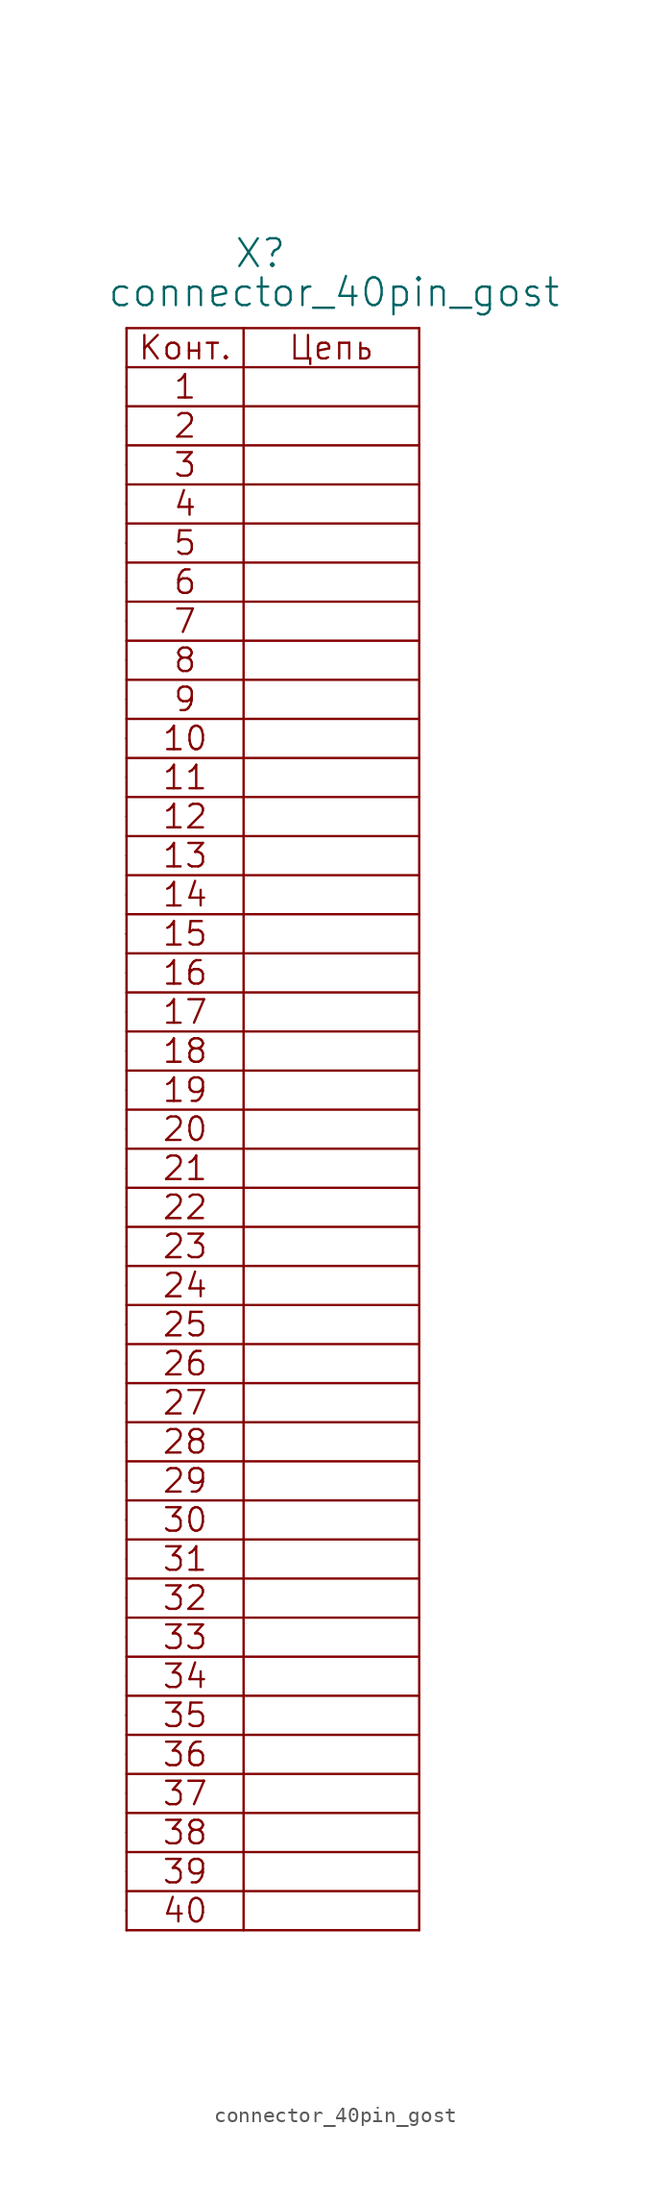
<source format=kicad_sym>
(kicad_symbol_lib
  (version 20211014)
  (generator kicad_symbol_editor)
  (symbol "connector_40pin_gost"
    (pin_numbers hide)
    (pin_names
      (offset 1.016) hide)
    (property "Reference" "X"
      (at 6.985 7.62 0)
      (effects (font (size 1.803 1.803)) (justify left bottom)))
    (property "Value" "connector_40pin_gost"
      (at -1.27 5.08 0)
      (effects (font (size 1.803 1.803)) (justify left bottom)))
    (property "Datasheet" ""
      (at 0 0 0)
      (effects (font (size 1.524 1.524))))
    (symbol "connector_40pin_gost_0_0"
      (polyline (pts (xy 0 -100.33) (xy 19.05 -100.33)) (stroke (width 0) (type default) (color 0 0 0 0)) (fill (type none)))
      (polyline (pts (xy 0 -99.06) (xy 0 -99.06)) (stroke (width 0) (type default) (color 0 0 0 0)) (fill (type none)))
      (polyline (pts (xy 0 -97.79) (xy 19.05 -97.79)) (stroke (width 0) (type default) (color 0 0 0 0)) (fill (type none)))
      (polyline (pts (xy 0 -95.25) (xy 19.05 -95.25)) (stroke (width 0) (type default) (color 0 0 0 0)) (fill (type none)))
      (polyline (pts (xy 0 -92.71) (xy 19.05 -92.71)) (stroke (width 0) (type default) (color 0 0 0 0)) (fill (type none)))
      (polyline (pts (xy 0 -87.63) (xy 19.05 -87.63)) (stroke (width 0) (type default) (color 0 0 0 0)) (fill (type none)))
      (polyline (pts (xy 0 -86.36) (xy 0 -86.36)) (stroke (width 0) (type default) (color 0 0 0 0)) (fill (type none)))
      (polyline (pts (xy 0 -85.09) (xy 19.05 -85.09)) (stroke (width 0) (type default) (color 0 0 0 0)) (fill (type none)))
      (polyline (pts (xy 0 -82.55) (xy 19.05 -82.55)) (stroke (width 0) (type default) (color 0 0 0 0)) (fill (type none)))
      (polyline (pts (xy 0 -80.01) (xy 19.05 -80.01)) (stroke (width 0) (type default) (color 0 0 0 0)) (fill (type none)))
      (polyline (pts (xy 0 -74.93) (xy 19.05 -74.93)) (stroke (width 0) (type default) (color 0 0 0 0)) (fill (type none)))
      (polyline (pts (xy 0 -73.66) (xy 0 -73.66)) (stroke (width 0) (type default) (color 0 0 0 0)) (fill (type none)))
      (polyline (pts (xy 0 -72.39) (xy 19.05 -72.39)) (stroke (width 0) (type default) (color 0 0 0 0)) (fill (type none)))
      (polyline (pts (xy 0 -69.85) (xy 19.05 -69.85)) (stroke (width 0) (type default) (color 0 0 0 0)) (fill (type none)))
      (polyline (pts (xy 0 -67.31) (xy 19.05 -67.31)) (stroke (width 0) (type default) (color 0 0 0 0)) (fill (type none)))
      (polyline (pts (xy 0 -62.23) (xy 19.05 -62.23)) (stroke (width 0) (type default) (color 0 0 0 0)) (fill (type none)))
      (polyline (pts (xy 0 -60.96) (xy 0 -60.96)) (stroke (width 0) (type default) (color 0 0 0 0)) (fill (type none)))
      (polyline (pts (xy 0 -59.69) (xy 19.05 -59.69)) (stroke (width 0) (type default) (color 0 0 0 0)) (fill (type none)))
      (polyline (pts (xy 0 -57.15) (xy 19.05 -57.15)) (stroke (width 0) (type default) (color 0 0 0 0)) (fill (type none)))
      (polyline (pts (xy 0 -54.61) (xy 19.05 -54.61)) (stroke (width 0) (type default) (color 0 0 0 0)) (fill (type none)))
      (polyline (pts (xy 0 -49.53) (xy 19.05 -49.53)) (stroke (width 0) (type default) (color 0 0 0 0)) (fill (type none)))
      (polyline (pts (xy 0 -46.99) (xy 19.05 -46.99)) (stroke (width 0) (type default) (color 0 0 0 0)) (fill (type none)))
      (polyline (pts (xy 0 -44.45) (xy 19.05 -44.45)) (stroke (width 0) (type default) (color 0 0 0 0)) (fill (type none)))
      (polyline (pts (xy 0 -41.91) (xy 19.05 -41.91)) (stroke (width 0) (type default) (color 0 0 0 0)) (fill (type none)))
      (polyline (pts (xy 0 -36.83) (xy 19.05 -36.83)) (stroke (width 0) (type default) (color 0 0 0 0)) (fill (type none)))
      (polyline (pts (xy 0 -35.56) (xy 0 -35.56)) (stroke (width 0) (type default) (color 0 0 0 0)) (fill (type none)))
      (polyline (pts (xy 0 -34.29) (xy 19.05 -34.29)) (stroke (width 0) (type default) (color 0 0 0 0)) (fill (type none)))
      (polyline (pts (xy 0 -31.75) (xy 19.05 -31.75)) (stroke (width 0) (type default) (color 0 0 0 0)) (fill (type none)))
      (polyline (pts (xy 0 -29.21) (xy 19.05 -29.21)) (stroke (width 0) (type default) (color 0 0 0 0)) (fill (type none)))
      (polyline (pts (xy 0 -24.13) (xy 19.05 -24.13)) (stroke (width 0) (type default) (color 0 0 0 0)) (fill (type none)))
      (polyline (pts (xy 0 -22.86) (xy 0 -22.86)) (stroke (width 0) (type default) (color 0 0 0 0)) (fill (type none)))
      (polyline (pts (xy 0 -21.59) (xy 19.05 -21.59)) (stroke (width 0) (type default) (color 0 0 0 0)) (fill (type none)))
      (polyline (pts (xy 0 -19.05) (xy 19.05 -19.05)) (stroke (width 0) (type default) (color 0 0 0 0)) (fill (type none)))
      (polyline (pts (xy 0 -16.51) (xy 19.05 -16.51)) (stroke (width 0) (type default) (color 0 0 0 0)) (fill (type none)))
      (polyline (pts (xy 0 -11.43) (xy 19.05 -11.43)) (stroke (width 0) (type default) (color 0 0 0 0)) (fill (type none)))
      (polyline (pts (xy 0 -10.16) (xy 0 -10.16)) (stroke (width 0) (type default) (color 0 0 0 0)) (fill (type none)))
      (polyline (pts (xy 0 -8.89) (xy 19.05 -8.89)) (stroke (width 0) (type default) (color 0 0 0 0)) (fill (type none)))
      (polyline (pts (xy 0 -6.35) (xy 19.05 -6.35)) (stroke (width 0) (type default) (color 0 0 0 0)) (fill (type none)))
      (polyline (pts (xy 0 -3.81) (xy 19.05 -3.81)) (stroke (width 0) (type default) (color 0 0 0 0)) (fill (type none)))
      (polyline (pts (xy 0 1.27) (xy 19.05 1.27)) (stroke (width 0) (type default) (color 0 0 0 0)) (fill (type none)))
      (polyline (pts (xy 19.05 -90.17) (xy 0 -90.17)) (stroke (width 0) (type default) (color 0 0 0 0)) (fill (type none)))
      (polyline (pts (xy 19.05 -77.47) (xy 0 -77.47)) (stroke (width 0) (type default) (color 0 0 0 0)) (fill (type none)))
      (polyline (pts (xy 19.05 -64.77) (xy 0 -64.77)) (stroke (width 0) (type default) (color 0 0 0 0)) (fill (type none)))
      (polyline (pts (xy 19.05 -52.07) (xy 0 -52.07)) (stroke (width 0) (type default) (color 0 0 0 0)) (fill (type none)))
      (polyline (pts (xy 19.05 -39.37) (xy 0 -39.37)) (stroke (width 0) (type default) (color 0 0 0 0)) (fill (type none)))
      (polyline (pts (xy 19.05 -26.67) (xy 0 -26.67)) (stroke (width 0) (type default) (color 0 0 0 0)) (fill (type none)))
      (polyline (pts (xy 19.05 -13.97) (xy 0 -13.97)) (stroke (width 0) (type default) (color 0 0 0 0)) (fill (type none)))
      (polyline (pts (xy 19.05 -1.27) (xy 0 -1.27)) (stroke (width 0) (type default) (color 0 0 0 0)) (fill (type none)))
      (text "1" (at 3.81 0 0) (effects (font (size 1.524 1.524))))
      (text "10" (at 3.81 -22.86 0) (effects (font (size 1.524 1.524))))
      (text "11" (at 3.81 -25.4 0) (effects (font (size 1.524 1.524))))
      (text "12" (at 3.81 -27.94 0) (effects (font (size 1.524 1.524))))
      (text "13" (at 3.81 -30.48 0) (effects (font (size 1.524 1.524))))
      (text "14" (at 3.81 -33.02 0) (effects (font (size 1.524 1.524))))
      (text "15" (at 3.81 -35.56 0) (effects (font (size 1.524 1.524))))
      (text "16" (at 3.81 -38.1 0) (effects (font (size 1.524 1.524))))
      (text "17" (at 3.81 -40.64 0) (effects (font (size 1.524 1.524))))
      (text "18" (at 3.81 -43.18 0) (effects (font (size 1.524 1.524))))
      (text "19" (at 3.81 -45.72 0) (effects (font (size 1.524 1.524))))
      (text "2" (at 3.81 -2.54 0) (effects (font (size 1.524 1.524))))
      (text "20" (at 3.81 -48.26 0) (effects (font (size 1.524 1.524))))
      (text "21" (at 3.81 -50.8 0) (effects (font (size 1.524 1.524))))
      (text "22" (at 3.81 -53.34 0) (effects (font (size 1.524 1.524))))
      (text "23" (at 3.81 -55.88 0) (effects (font (size 1.524 1.524))))
      (text "24" (at 3.81 -58.42 0) (effects (font (size 1.524 1.524))))
      (text "25" (at 3.81 -60.96 0) (effects (font (size 1.524 1.524))))
      (text "26" (at 3.81 -63.5 0) (effects (font (size 1.524 1.524))))
      (text "27" (at 3.81 -66.04 0) (effects (font (size 1.524 1.524))))
      (text "28" (at 3.81 -68.58 0) (effects (font (size 1.524 1.524))))
      (text "29" (at 3.81 -71.12 0) (effects (font (size 1.524 1.524))))
      (text "3" (at 3.81 -5.08 0) (effects (font (size 1.524 1.524))))
      (text "30" (at 3.81 -73.66 0) (effects (font (size 1.524 1.524))))
      (text "31" (at 3.81 -76.2 0) (effects (font (size 1.524 1.524))))
      (text "32" (at 3.81 -78.74 0) (effects (font (size 1.524 1.524))))
      (text "33" (at 3.81 -81.28 0) (effects (font (size 1.524 1.524))))
      (text "34" (at 3.81 -83.82 0) (effects (font (size 1.524 1.524))))
      (text "35" (at 3.81 -86.36 0) (effects (font (size 1.524 1.524))))
      (text "36" (at 3.81 -88.9 0) (effects (font (size 1.524 1.524))))
      (text "37" (at 3.81 -91.44 0) (effects (font (size 1.524 1.524))))
      (text "38" (at 3.81 -93.98 0) (effects (font (size 1.524 1.524))))
      (text "39" (at 3.81 -96.52 0) (effects (font (size 1.524 1.524))))
      (text "4" (at 3.81 -7.62 0) (effects (font (size 1.524 1.524))))
      (text "40" (at 3.81 -99.06 0) (effects (font (size 1.524 1.524))))
      (text "5" (at 3.81 -10.16 0) (effects (font (size 1.524 1.524))))
      (text "6" (at 3.81 -12.7 0) (effects (font (size 1.524 1.524))))
      (text "7" (at 3.81 -15.24 0) (effects (font (size 1.524 1.524))))
      (text "8" (at 3.81 -17.78 0) (effects (font (size 1.524 1.524))))
      (text "9" (at 3.81 -20.32 0) (effects (font (size 1.524 1.524))))
      (text "Конт." (at 3.81 2.54 0) (effects (font (size 1.524 1.524))))
      (text "Цепь" (at 13.335 2.54 0) (effects (font (size 1.524 1.524)))))
    (symbol "connector_40pin_gost_0_1"
      (polyline (pts (xy 0 -100.33) (xy 0 3.81)) (stroke (width 0) (type default) (color 0 0 0 0)) (fill (type none)))
      (polyline (pts (xy 0 3.81) (xy 19.05 3.81)) (stroke (width 0) (type default) (color 0 0 0 0)) (fill (type none)))
      (polyline (pts (xy 7.62 -100.33) (xy 7.62 3.81)) (stroke (width 0) (type default) (color 0 0 0 0)) (fill (type none)))
      (polyline (pts (xy 19.05 -100.33) (xy 19.05 3.81)) (stroke (width 0) (type default) (color 0 0 0 0)) (fill (type none))))
    (symbol "connector_40pin_gost_1_1"
      (pin passive line (at 0 0 0) (length 0) (name "~" (effects (font (size 1.549 1.549)))) (number "1" (effects (font (size 1.549 1.549)))))
      (pin passive line (at 0 -22.86 0) (length 0) (name "~" (effects (font (size 1.549 1.549)))) (number "10" (effects (font (size 1.549 1.549)))))
      (pin passive line (at 0 -25.4 0) (length 0) (name "~" (effects (font (size 1.549 1.549)))) (number "11" (effects (font (size 1.549 1.549)))))
      (pin passive line (at 0 -27.94 0) (length 0) (name "~" (effects (font (size 1.549 1.549)))) (number "12" (effects (font (size 1.549 1.549)))))
      (pin passive line (at 0 -30.48 0) (length 0) (name "~" (effects (font (size 1.549 1.549)))) (number "13" (effects (font (size 1.549 1.549)))))
      (pin passive line (at 0 -33.02 0) (length 0) (name "~" (effects (font (size 1.549 1.549)))) (number "14" (effects (font (size 1.549 1.549)))))
      (pin passive line (at 0 -35.56 0) (length 0) (name "~" (effects (font (size 1.549 1.549)))) (number "15" (effects (font (size 1.549 1.549)))))
      (pin passive line (at 0 -38.1 0) (length 0) (name "~" (effects (font (size 1.549 1.549)))) (number "16" (effects (font (size 1.549 1.549)))))
      (pin passive line (at 0 -40.64 0) (length 0) (name "~" (effects (font (size 1.549 1.549)))) (number "17" (effects (font (size 1.549 1.549)))))
      (pin passive line (at 0 -43.18 0) (length 0) (name "~" (effects (font (size 1.549 1.549)))) (number "18" (effects (font (size 1.549 1.549)))))
      (pin passive line (at 0 -45.72 0) (length 0) (name "~" (effects (font (size 1.549 1.549)))) (number "19" (effects (font (size 1.549 1.549)))))
      (pin passive line (at 0 -2.54 0) (length 0) (name "~" (effects (font (size 1.549 1.549)))) (number "2" (effects (font (size 1.549 1.549)))))
      (pin passive line (at 0 -48.26 0) (length 0) (name "~" (effects (font (size 1.549 1.549)))) (number "20" (effects (font (size 1.549 1.549)))))
      (pin passive line (at 0 -50.8 0) (length 0) (name "~" (effects (font (size 1.549 1.549)))) (number "21" (effects (font (size 1.549 1.549)))))
      (pin passive line (at 0 -53.34 0) (length 0) (name "~" (effects (font (size 1.549 1.549)))) (number "22" (effects (font (size 1.549 1.549)))))
      (pin passive line (at 0 -55.88 0) (length 0) (name "~" (effects (font (size 1.549 1.549)))) (number "23" (effects (font (size 1.549 1.549)))))
      (pin passive line (at 0 -58.42 0) (length 0) (name "~" (effects (font (size 1.549 1.549)))) (number "24" (effects (font (size 1.549 1.549)))))
      (pin passive line (at 0 -60.96 0) (length 0) (name "~" (effects (font (size 1.549 1.549)))) (number "25" (effects (font (size 1.549 1.549)))))
      (pin passive line (at 0 -63.5 0) (length 0) (name "~" (effects (font (size 1.549 1.549)))) (number "26" (effects (font (size 1.549 1.549)))))
      (pin passive line (at 0 -66.04 0) (length 0) (name "~" (effects (font (size 1.549 1.549)))) (number "27" (effects (font (size 1.549 1.549)))))
      (pin passive line (at 0 -68.58 0) (length 0) (name "~" (effects (font (size 1.549 1.549)))) (number "28" (effects (font (size 1.549 1.549)))))
      (pin passive line (at 0 -71.12 0) (length 0) (name "~" (effects (font (size 1.549 1.549)))) (number "29" (effects (font (size 1.549 1.549)))))
      (pin passive line (at 0 -5.08 0) (length 0) (name "~" (effects (font (size 1.549 1.549)))) (number "3" (effects (font (size 1.549 1.549)))))
      (pin passive line (at 0 -73.66 0) (length 0) (name "~" (effects (font (size 1.549 1.549)))) (number "30" (effects (font (size 1.549 1.549)))))
      (pin passive line (at 0 -76.2 0) (length 0) (name "~" (effects (font (size 1.549 1.549)))) (number "31" (effects (font (size 1.549 1.549)))))
      (pin passive line (at 0 -78.74 0) (length 0) (name "~" (effects (font (size 1.549 1.549)))) (number "32" (effects (font (size 1.549 1.549)))))
      (pin passive line (at 0 -81.28 0) (length 0) (name "~" (effects (font (size 1.549 1.549)))) (number "33" (effects (font (size 1.549 1.549)))))
      (pin passive line (at 0 -83.82 0) (length 0) (name "~" (effects (font (size 1.549 1.549)))) (number "34" (effects (font (size 1.549 1.549)))))
      (pin passive line (at 0 -86.36 0) (length 0) (name "~" (effects (font (size 1.549 1.549)))) (number "35" (effects (font (size 1.549 1.549)))))
      (pin passive line (at 0 -88.9 0) (length 0) (name "~" (effects (font (size 1.549 1.549)))) (number "36" (effects (font (size 1.549 1.549)))))
      (pin passive line (at 0 -91.44 0) (length 0) (name "~" (effects (font (size 1.549 1.549)))) (number "37" (effects (font (size 1.549 1.549)))))
      (pin passive line (at 0 -93.98 0) (length 0) (name "~" (effects (font (size 1.549 1.549)))) (number "38" (effects (font (size 1.549 1.549)))))
      (pin passive line (at 0 -96.52 0) (length 0) (name "~" (effects (font (size 1.549 1.549)))) (number "39" (effects (font (size 1.549 1.549)))))
      (pin passive line (at 0 -7.62 0) (length 0) (name "~" (effects (font (size 1.549 1.549)))) (number "4" (effects (font (size 1.549 1.549)))))
      (pin passive line (at 0 -99.06 0) (length 0) (name "~" (effects (font (size 1.549 1.549)))) (number "40" (effects (font (size 1.549 1.549)))))
      (pin passive line (at 0 -10.16 0) (length 0) (name "~" (effects (font (size 1.549 1.549)))) (number "5" (effects (font (size 1.549 1.549)))))
      (pin passive line (at 0 -12.7 0) (length 0) (name "~" (effects (font (size 1.549 1.549)))) (number "6" (effects (font (size 1.549 1.549)))))
      (pin passive line (at 0 -15.24 0) (length 0) (name "~" (effects (font (size 1.549 1.549)))) (number "7" (effects (font (size 1.549 1.549)))))
      (pin passive line (at 0 -17.78 0) (length 0) (name "~" (effects (font (size 1.549 1.549)))) (number "8" (effects (font (size 1.549 1.549)))))
      (pin passive line (at 0 -20.32 0) (length 0) (name "~" (effects (font (size 1.549 1.549)))) (number "9" (effects (font (size 1.549 1.549))))))))
</source>
